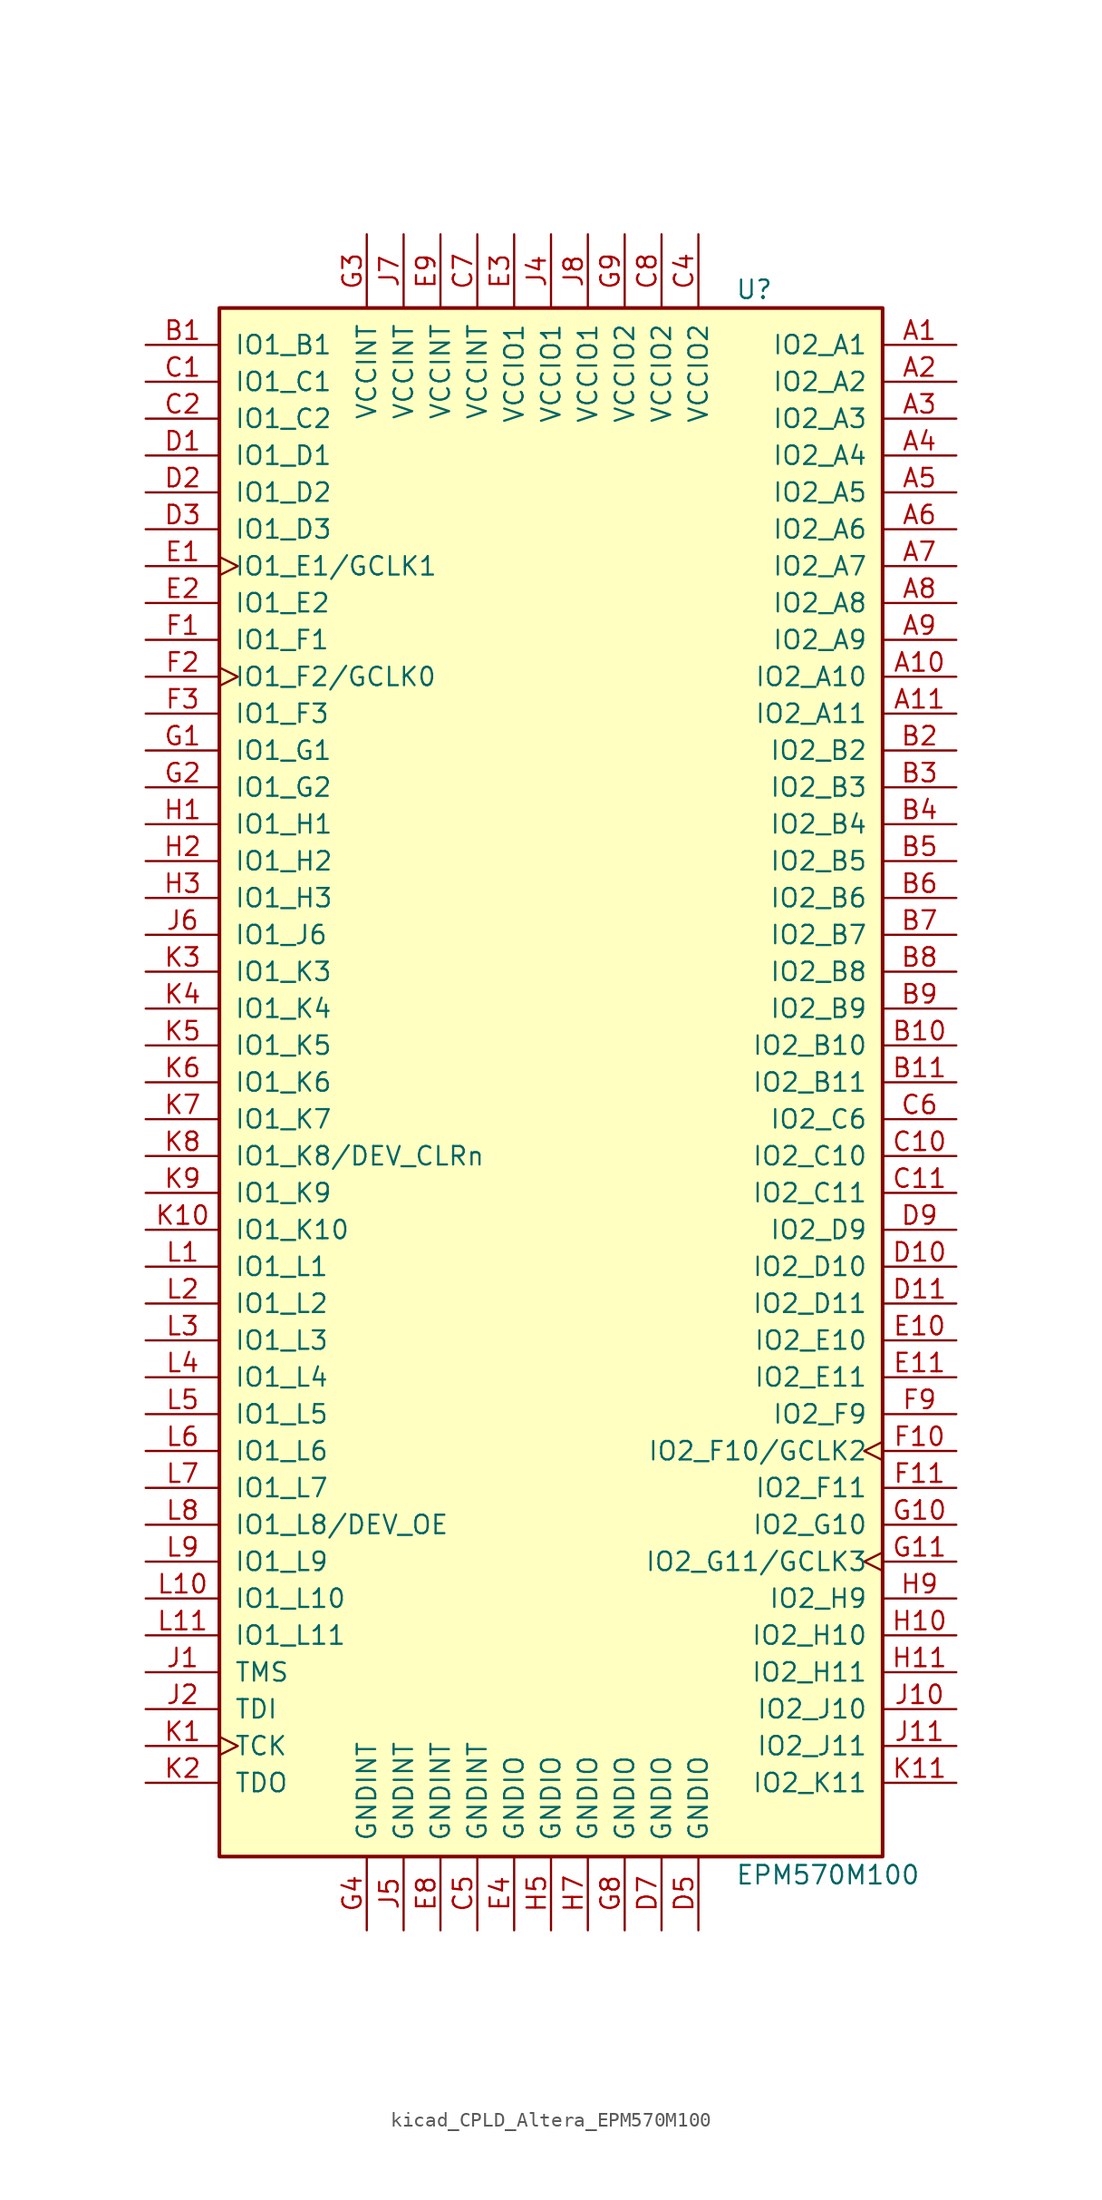
<source format=kicad_sym>
(kicad_symbol_lib
  (version 20220914)
  (generator kicad_symbol_editor)
  (symbol "kicad_CPLD_Altera_EPM570M100"
    (pin_names
      (offset 1.016))
    (property "Reference" "U"
      (at 12.7 54.61 0)
      (effects (font (size 1.27 1.27)) (justify left)))
    (property "Value" "EPM570M100"
      (at 12.7 -54.61 0)
      (effects (font (size 1.27 1.27)) (justify left)))
    (property "ki_locked" ""
      (at 0 0 0)
      (effects (font (size 1.27 1.27))))
    (symbol "kicad_CPLD_Altera_EPM570M100_1_1"
      (rectangle (start -22.86 53.34) (end 22.86 -53.34) (stroke (width 0.254) (type default)) (fill (type background)))
      (pin bidirectional line (at 27.94 50.8 180) (length 5.08) (name "IO2_A1" (effects (font (size 1.27 1.27)))) (number "A1" (effects (font (size 1.27 1.27)))))
      (pin bidirectional line (at 27.94 27.94 180) (length 5.08) (name "IO2_A10" (effects (font (size 1.27 1.27)))) (number "A10" (effects (font (size 1.27 1.27)))))
      (pin bidirectional line (at 27.94 25.4 180) (length 5.08) (name "IO2_A11" (effects (font (size 1.27 1.27)))) (number "A11" (effects (font (size 1.27 1.27)))))
      (pin bidirectional line (at 27.94 48.26 180) (length 5.08) (name "IO2_A2" (effects (font (size 1.27 1.27)))) (number "A2" (effects (font (size 1.27 1.27)))))
      (pin bidirectional line (at 27.94 45.72 180) (length 5.08) (name "IO2_A3" (effects (font (size 1.27 1.27)))) (number "A3" (effects (font (size 1.27 1.27)))))
      (pin bidirectional line (at 27.94 43.18 180) (length 5.08) (name "IO2_A4" (effects (font (size 1.27 1.27)))) (number "A4" (effects (font (size 1.27 1.27)))))
      (pin bidirectional line (at 27.94 40.64 180) (length 5.08) (name "IO2_A5" (effects (font (size 1.27 1.27)))) (number "A5" (effects (font (size 1.27 1.27)))))
      (pin bidirectional line (at 27.94 38.1 180) (length 5.08) (name "IO2_A6" (effects (font (size 1.27 1.27)))) (number "A6" (effects (font (size 1.27 1.27)))))
      (pin bidirectional line (at 27.94 35.56 180) (length 5.08) (name "IO2_A7" (effects (font (size 1.27 1.27)))) (number "A7" (effects (font (size 1.27 1.27)))))
      (pin bidirectional line (at 27.94 33.02 180) (length 5.08) (name "IO2_A8" (effects (font (size 1.27 1.27)))) (number "A8" (effects (font (size 1.27 1.27)))))
      (pin bidirectional line (at 27.94 30.48 180) (length 5.08) (name "IO2_A9" (effects (font (size 1.27 1.27)))) (number "A9" (effects (font (size 1.27 1.27)))))
      (pin bidirectional line (at -27.94 50.8 0) (length 5.08) (name "IO1_B1" (effects (font (size 1.27 1.27)))) (number "B1" (effects (font (size 1.27 1.27)))))
      (pin bidirectional line (at 27.94 2.54 180) (length 5.08) (name "IO2_B10" (effects (font (size 1.27 1.27)))) (number "B10" (effects (font (size 1.27 1.27)))))
      (pin bidirectional line (at 27.94 0 180) (length 5.08) (name "IO2_B11" (effects (font (size 1.27 1.27)))) (number "B11" (effects (font (size 1.27 1.27)))))
      (pin bidirectional line (at 27.94 22.86 180) (length 5.08) (name "IO2_B2" (effects (font (size 1.27 1.27)))) (number "B2" (effects (font (size 1.27 1.27)))))
      (pin bidirectional line (at 27.94 20.32 180) (length 5.08) (name "IO2_B3" (effects (font (size 1.27 1.27)))) (number "B3" (effects (font (size 1.27 1.27)))))
      (pin bidirectional line (at 27.94 17.78 180) (length 5.08) (name "IO2_B4" (effects (font (size 1.27 1.27)))) (number "B4" (effects (font (size 1.27 1.27)))))
      (pin bidirectional line (at 27.94 15.24 180) (length 5.08) (name "IO2_B5" (effects (font (size 1.27 1.27)))) (number "B5" (effects (font (size 1.27 1.27)))))
      (pin bidirectional line (at 27.94 12.7 180) (length 5.08) (name "IO2_B6" (effects (font (size 1.27 1.27)))) (number "B6" (effects (font (size 1.27 1.27)))))
      (pin bidirectional line (at 27.94 10.16 180) (length 5.08) (name "IO2_B7" (effects (font (size 1.27 1.27)))) (number "B7" (effects (font (size 1.27 1.27)))))
      (pin bidirectional line (at 27.94 7.62 180) (length 5.08) (name "IO2_B8" (effects (font (size 1.27 1.27)))) (number "B8" (effects (font (size 1.27 1.27)))))
      (pin bidirectional line (at 27.94 5.08 180) (length 5.08) (name "IO2_B9" (effects (font (size 1.27 1.27)))) (number "B9" (effects (font (size 1.27 1.27)))))
      (pin bidirectional line (at -27.94 48.26 0) (length 5.08) (name "IO1_C1" (effects (font (size 1.27 1.27)))) (number "C1" (effects (font (size 1.27 1.27)))))
      (pin bidirectional line (at 27.94 -5.08 180) (length 5.08) (name "IO2_C10" (effects (font (size 1.27 1.27)))) (number "C10" (effects (font (size 1.27 1.27)))))
      (pin bidirectional line (at 27.94 -7.62 180) (length 5.08) (name "IO2_C11" (effects (font (size 1.27 1.27)))) (number "C11" (effects (font (size 1.27 1.27)))))
      (pin bidirectional line (at -27.94 45.72 0) (length 5.08) (name "IO1_C2" (effects (font (size 1.27 1.27)))) (number "C2" (effects (font (size 1.27 1.27)))))
      (pin power_in line (at 10.16 58.42 270) (length 5.08) (name "VCCIO2" (effects (font (size 1.27 1.27)))) (number "C4" (effects (font (size 1.27 1.27)))))
      (pin power_in line (at -5.08 -58.42 90) (length 5.08) (name "GNDINT" (effects (font (size 1.27 1.27)))) (number "C5" (effects (font (size 1.27 1.27)))))
      (pin bidirectional line (at 27.94 -2.54 180) (length 5.08) (name "IO2_C6" (effects (font (size 1.27 1.27)))) (number "C6" (effects (font (size 1.27 1.27)))))
      (pin power_in line (at -5.08 58.42 270) (length 5.08) (name "VCCINT" (effects (font (size 1.27 1.27)))) (number "C7" (effects (font (size 1.27 1.27)))))
      (pin power_in line (at 7.62 58.42 270) (length 5.08) (name "VCCIO2" (effects (font (size 1.27 1.27)))) (number "C8" (effects (font (size 1.27 1.27)))))
      (pin bidirectional line (at -27.94 43.18 0) (length 5.08) (name "IO1_D1" (effects (font (size 1.27 1.27)))) (number "D1" (effects (font (size 1.27 1.27)))))
      (pin bidirectional line (at 27.94 -12.7 180) (length 5.08) (name "IO2_D10" (effects (font (size 1.27 1.27)))) (number "D10" (effects (font (size 1.27 1.27)))))
      (pin bidirectional line (at 27.94 -15.24 180) (length 5.08) (name "IO2_D11" (effects (font (size 1.27 1.27)))) (number "D11" (effects (font (size 1.27 1.27)))))
      (pin bidirectional line (at -27.94 40.64 0) (length 5.08) (name "IO1_D2" (effects (font (size 1.27 1.27)))) (number "D2" (effects (font (size 1.27 1.27)))))
      (pin bidirectional line (at -27.94 38.1 0) (length 5.08) (name "IO1_D3" (effects (font (size 1.27 1.27)))) (number "D3" (effects (font (size 1.27 1.27)))))
      (pin power_in line (at 10.16 -58.42 90) (length 5.08) (name "GNDIO" (effects (font (size 1.27 1.27)))) (number "D5" (effects (font (size 1.27 1.27)))))
      (pin power_in line (at 7.62 -58.42 90) (length 5.08) (name "GNDIO" (effects (font (size 1.27 1.27)))) (number "D7" (effects (font (size 1.27 1.27)))))
      (pin bidirectional line (at 27.94 -10.16 180) (length 5.08) (name "IO2_D9" (effects (font (size 1.27 1.27)))) (number "D9" (effects (font (size 1.27 1.27)))))
      (pin bidirectional clock (at -27.94 35.56 0) (length 5.08) (name "IO1_E1/GCLK1" (effects (font (size 1.27 1.27)))) (number "E1" (effects (font (size 1.27 1.27)))))
      (pin bidirectional line (at 27.94 -17.78 180) (length 5.08) (name "IO2_E10" (effects (font (size 1.27 1.27)))) (number "E10" (effects (font (size 1.27 1.27)))))
      (pin bidirectional line (at 27.94 -20.32 180) (length 5.08) (name "IO2_E11" (effects (font (size 1.27 1.27)))) (number "E11" (effects (font (size 1.27 1.27)))))
      (pin bidirectional line (at -27.94 33.02 0) (length 5.08) (name "IO1_E2" (effects (font (size 1.27 1.27)))) (number "E2" (effects (font (size 1.27 1.27)))))
      (pin power_in line (at -2.54 58.42 270) (length 5.08) (name "VCCIO1" (effects (font (size 1.27 1.27)))) (number "E3" (effects (font (size 1.27 1.27)))))
      (pin power_in line (at -2.54 -58.42 90) (length 5.08) (name "GNDIO" (effects (font (size 1.27 1.27)))) (number "E4" (effects (font (size 1.27 1.27)))))
      (pin power_in line (at -7.62 -58.42 90) (length 5.08) (name "GNDINT" (effects (font (size 1.27 1.27)))) (number "E8" (effects (font (size 1.27 1.27)))))
      (pin power_in line (at -7.62 58.42 270) (length 5.08) (name "VCCINT" (effects (font (size 1.27 1.27)))) (number "E9" (effects (font (size 1.27 1.27)))))
      (pin bidirectional line (at -27.94 30.48 0) (length 5.08) (name "IO1_F1" (effects (font (size 1.27 1.27)))) (number "F1" (effects (font (size 1.27 1.27)))))
      (pin bidirectional clock (at 27.94 -25.4 180) (length 5.08) (name "IO2_F10/GCLK2" (effects (font (size 1.27 1.27)))) (number "F10" (effects (font (size 1.27 1.27)))))
      (pin bidirectional line (at 27.94 -27.94 180) (length 5.08) (name "IO2_F11" (effects (font (size 1.27 1.27)))) (number "F11" (effects (font (size 1.27 1.27)))))
      (pin bidirectional clock (at -27.94 27.94 0) (length 5.08) (name "IO1_F2/GCLK0" (effects (font (size 1.27 1.27)))) (number "F2" (effects (font (size 1.27 1.27)))))
      (pin bidirectional line (at -27.94 25.4 0) (length 5.08) (name "IO1_F3" (effects (font (size 1.27 1.27)))) (number "F3" (effects (font (size 1.27 1.27)))))
      (pin bidirectional line (at 27.94 -22.86 180) (length 5.08) (name "IO2_F9" (effects (font (size 1.27 1.27)))) (number "F9" (effects (font (size 1.27 1.27)))))
      (pin bidirectional line (at -27.94 22.86 0) (length 5.08) (name "IO1_G1" (effects (font (size 1.27 1.27)))) (number "G1" (effects (font (size 1.27 1.27)))))
      (pin bidirectional line (at 27.94 -30.48 180) (length 5.08) (name "IO2_G10" (effects (font (size 1.27 1.27)))) (number "G10" (effects (font (size 1.27 1.27)))))
      (pin bidirectional clock (at 27.94 -33.02 180) (length 5.08) (name "IO2_G11/GCLK3" (effects (font (size 1.27 1.27)))) (number "G11" (effects (font (size 1.27 1.27)))))
      (pin bidirectional line (at -27.94 20.32 0) (length 5.08) (name "IO1_G2" (effects (font (size 1.27 1.27)))) (number "G2" (effects (font (size 1.27 1.27)))))
      (pin power_in line (at -12.7 58.42 270) (length 5.08) (name "VCCINT" (effects (font (size 1.27 1.27)))) (number "G3" (effects (font (size 1.27 1.27)))))
      (pin power_in line (at -12.7 -58.42 90) (length 5.08) (name "GNDINT" (effects (font (size 1.27 1.27)))) (number "G4" (effects (font (size 1.27 1.27)))))
      (pin power_in line (at 5.08 -58.42 90) (length 5.08) (name "GNDIO" (effects (font (size 1.27 1.27)))) (number "G8" (effects (font (size 1.27 1.27)))))
      (pin power_in line (at 5.08 58.42 270) (length 5.08) (name "VCCIO2" (effects (font (size 1.27 1.27)))) (number "G9" (effects (font (size 1.27 1.27)))))
      (pin bidirectional line (at -27.94 17.78 0) (length 5.08) (name "IO1_H1" (effects (font (size 1.27 1.27)))) (number "H1" (effects (font (size 1.27 1.27)))))
      (pin bidirectional line (at 27.94 -38.1 180) (length 5.08) (name "IO2_H10" (effects (font (size 1.27 1.27)))) (number "H10" (effects (font (size 1.27 1.27)))))
      (pin bidirectional line (at 27.94 -40.64 180) (length 5.08) (name "IO2_H11" (effects (font (size 1.27 1.27)))) (number "H11" (effects (font (size 1.27 1.27)))))
      (pin bidirectional line (at -27.94 15.24 0) (length 5.08) (name "IO1_H2" (effects (font (size 1.27 1.27)))) (number "H2" (effects (font (size 1.27 1.27)))))
      (pin bidirectional line (at -27.94 12.7 0) (length 5.08) (name "IO1_H3" (effects (font (size 1.27 1.27)))) (number "H3" (effects (font (size 1.27 1.27)))))
      (pin power_in line (at 0 -58.42 90) (length 5.08) (name "GNDIO" (effects (font (size 1.27 1.27)))) (number "H5" (effects (font (size 1.27 1.27)))))
      (pin power_in line (at 2.54 -58.42 90) (length 5.08) (name "GNDIO" (effects (font (size 1.27 1.27)))) (number "H7" (effects (font (size 1.27 1.27)))))
      (pin bidirectional line (at 27.94 -35.56 180) (length 5.08) (name "IO2_H9" (effects (font (size 1.27 1.27)))) (number "H9" (effects (font (size 1.27 1.27)))))
      (pin input line (at -27.94 -40.64 0) (length 5.08) (name "TMS" (effects (font (size 1.27 1.27)))) (number "J1" (effects (font (size 1.27 1.27)))))
      (pin bidirectional line (at 27.94 -43.18 180) (length 5.08) (name "IO2_J10" (effects (font (size 1.27 1.27)))) (number "J10" (effects (font (size 1.27 1.27)))))
      (pin bidirectional line (at 27.94 -45.72 180) (length 5.08) (name "IO2_J11" (effects (font (size 1.27 1.27)))) (number "J11" (effects (font (size 1.27 1.27)))))
      (pin input line (at -27.94 -43.18 0) (length 5.08) (name "TDI" (effects (font (size 1.27 1.27)))) (number "J2" (effects (font (size 1.27 1.27)))))
      (pin power_in line (at 0 58.42 270) (length 5.08) (name "VCCIO1" (effects (font (size 1.27 1.27)))) (number "J4" (effects (font (size 1.27 1.27)))))
      (pin power_in line (at -10.16 -58.42 90) (length 5.08) (name "GNDINT" (effects (font (size 1.27 1.27)))) (number "J5" (effects (font (size 1.27 1.27)))))
      (pin bidirectional line (at -27.94 10.16 0) (length 5.08) (name "IO1_J6" (effects (font (size 1.27 1.27)))) (number "J6" (effects (font (size 1.27 1.27)))))
      (pin power_in line (at -10.16 58.42 270) (length 5.08) (name "VCCINT" (effects (font (size 1.27 1.27)))) (number "J7" (effects (font (size 1.27 1.27)))))
      (pin power_in line (at 2.54 58.42 270) (length 5.08) (name "VCCIO1" (effects (font (size 1.27 1.27)))) (number "J8" (effects (font (size 1.27 1.27)))))
      (pin input clock (at -27.94 -45.72 0) (length 5.08) (name "TCK" (effects (font (size 1.27 1.27)))) (number "K1" (effects (font (size 1.27 1.27)))))
      (pin bidirectional line (at -27.94 -10.16 0) (length 5.08) (name "IO1_K10" (effects (font (size 1.27 1.27)))) (number "K10" (effects (font (size 1.27 1.27)))))
      (pin bidirectional line (at 27.94 -48.26 180) (length 5.08) (name "IO2_K11" (effects (font (size 1.27 1.27)))) (number "K11" (effects (font (size 1.27 1.27)))))
      (pin output line (at -27.94 -48.26 0) (length 5.08) (name "TDO" (effects (font (size 1.27 1.27)))) (number "K2" (effects (font (size 1.27 1.27)))))
      (pin bidirectional line (at -27.94 7.62 0) (length 5.08) (name "IO1_K3" (effects (font (size 1.27 1.27)))) (number "K3" (effects (font (size 1.27 1.27)))))
      (pin bidirectional line (at -27.94 5.08 0) (length 5.08) (name "IO1_K4" (effects (font (size 1.27 1.27)))) (number "K4" (effects (font (size 1.27 1.27)))))
      (pin bidirectional line (at -27.94 2.54 0) (length 5.08) (name "IO1_K5" (effects (font (size 1.27 1.27)))) (number "K5" (effects (font (size 1.27 1.27)))))
      (pin bidirectional line (at -27.94 0 0) (length 5.08) (name "IO1_K6" (effects (font (size 1.27 1.27)))) (number "K6" (effects (font (size 1.27 1.27)))))
      (pin bidirectional line (at -27.94 -2.54 0) (length 5.08) (name "IO1_K7" (effects (font (size 1.27 1.27)))) (number "K7" (effects (font (size 1.27 1.27)))))
      (pin bidirectional line (at -27.94 -5.08 0) (length 5.08) (name "IO1_K8/DEV_CLRn" (effects (font (size 1.27 1.27)))) (number "K8" (effects (font (size 1.27 1.27)))))
      (pin bidirectional line (at -27.94 -7.62 0) (length 5.08) (name "IO1_K9" (effects (font (size 1.27 1.27)))) (number "K9" (effects (font (size 1.27 1.27)))))
      (pin bidirectional line (at -27.94 -12.7 0) (length 5.08) (name "IO1_L1" (effects (font (size 1.27 1.27)))) (number "L1" (effects (font (size 1.27 1.27)))))
      (pin bidirectional line (at -27.94 -35.56 0) (length 5.08) (name "IO1_L10" (effects (font (size 1.27 1.27)))) (number "L10" (effects (font (size 1.27 1.27)))))
      (pin bidirectional line (at -27.94 -38.1 0) (length 5.08) (name "IO1_L11" (effects (font (size 1.27 1.27)))) (number "L11" (effects (font (size 1.27 1.27)))))
      (pin bidirectional line (at -27.94 -15.24 0) (length 5.08) (name "IO1_L2" (effects (font (size 1.27 1.27)))) (number "L2" (effects (font (size 1.27 1.27)))))
      (pin bidirectional line (at -27.94 -17.78 0) (length 5.08) (name "IO1_L3" (effects (font (size 1.27 1.27)))) (number "L3" (effects (font (size 1.27 1.27)))))
      (pin bidirectional line (at -27.94 -20.32 0) (length 5.08) (name "IO1_L4" (effects (font (size 1.27 1.27)))) (number "L4" (effects (font (size 1.27 1.27)))))
      (pin bidirectional line (at -27.94 -22.86 0) (length 5.08) (name "IO1_L5" (effects (font (size 1.27 1.27)))) (number "L5" (effects (font (size 1.27 1.27)))))
      (pin bidirectional line (at -27.94 -25.4 0) (length 5.08) (name "IO1_L6" (effects (font (size 1.27 1.27)))) (number "L6" (effects (font (size 1.27 1.27)))))
      (pin bidirectional line (at -27.94 -27.94 0) (length 5.08) (name "IO1_L7" (effects (font (size 1.27 1.27)))) (number "L7" (effects (font (size 1.27 1.27)))))
      (pin bidirectional line (at -27.94 -30.48 0) (length 5.08) (name "IO1_L8/DEV_OE" (effects (font (size 1.27 1.27)))) (number "L8" (effects (font (size 1.27 1.27)))))
      (pin bidirectional line (at -27.94 -33.02 0) (length 5.08) (name "IO1_L9" (effects (font (size 1.27 1.27)))) (number "L9" (effects (font (size 1.27 1.27))))))))
</source>
